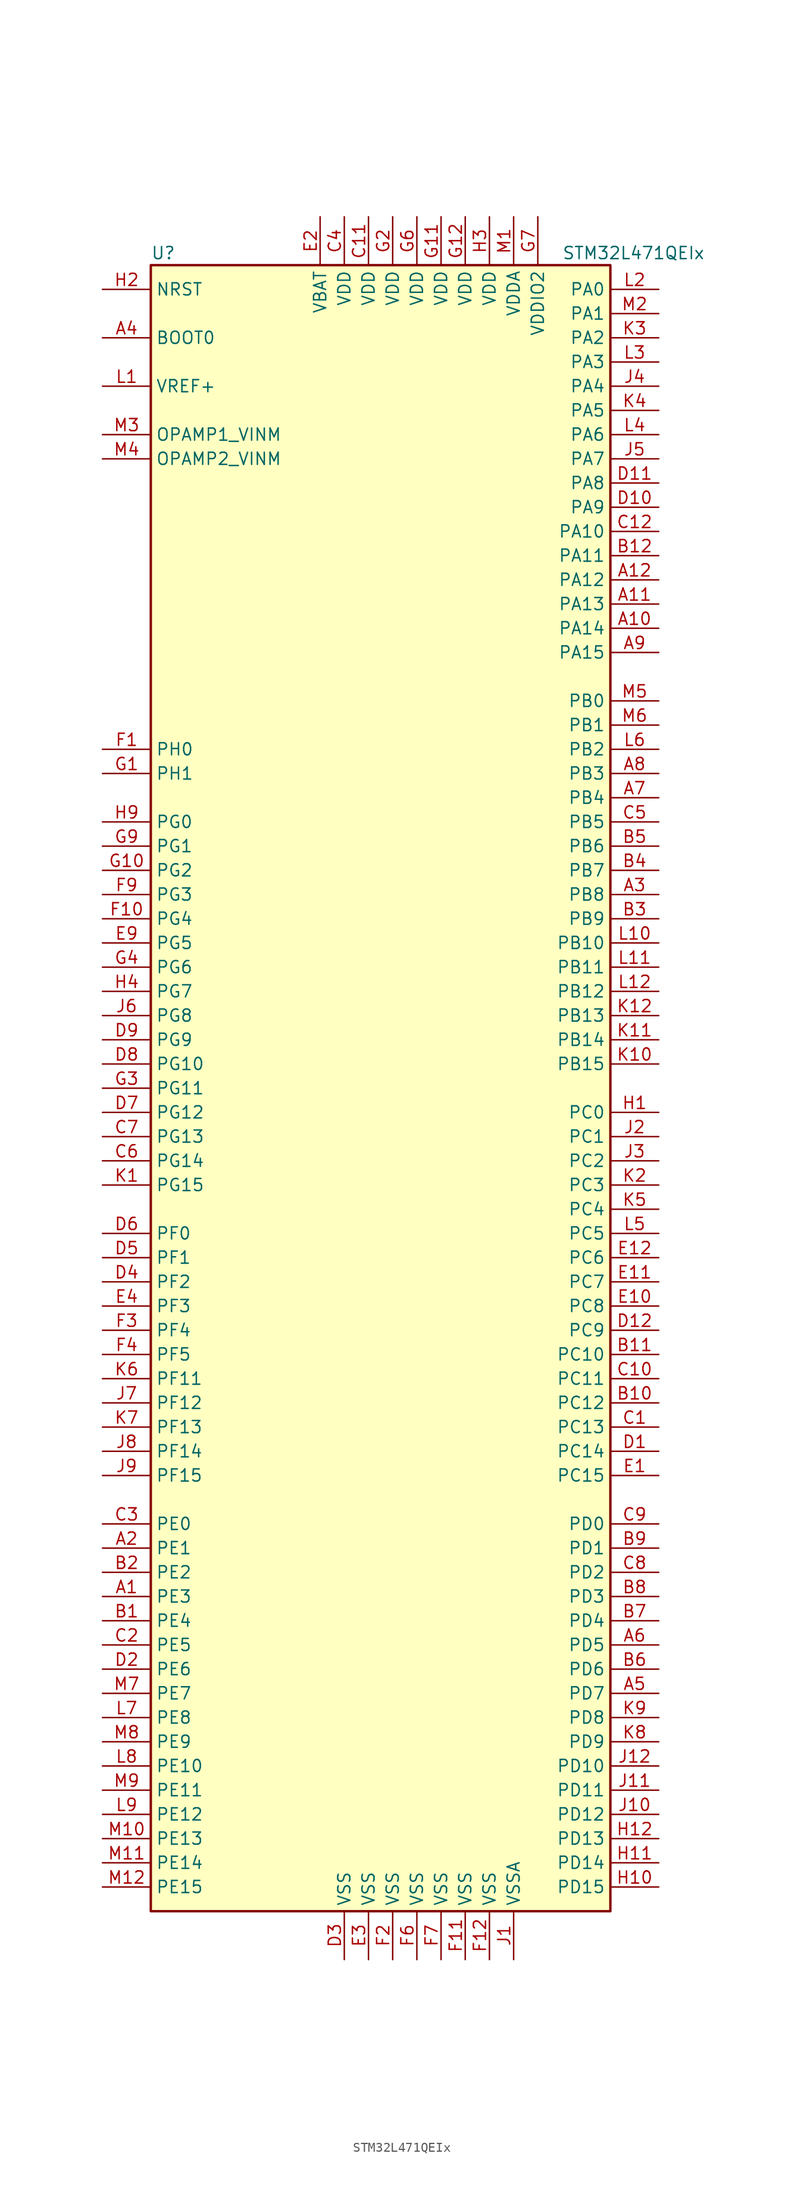
<source format=kicad_sym>
(kicad_symbol_lib
  (version 20201005)
  (generator kicad_symbol_editor)
  (symbol "STM32L471QEIx"
    (property "Reference" "U"
      (at -25.4 87.63 0)
      (effects (font (size 1.27 1.27)) (justify left)))
    (property "Value" "STM32L471QEIx"
      (at 17.78 87.63 0)
      (effects (font (size 1.27 1.27)) (justify left)))
    (symbol "STM32L471QEIx_0_1"
      (rectangle (start -25.4 -86.36) (end 22.86 86.36) (stroke (width 0.254)) (fill (type background))))
    (symbol "STM32L471QEIx_1_1"
      (pin bidirectional line (at -30.48 -53.34 0) (length 5.08) (name "PE3" (effects (font (size 1.27 1.27)))) (number "A1" (effects (font (size 1.27 1.27)))))
      (pin bidirectional line (at 27.94 48.26 180) (length 5.08) (name "PA14" (effects (font (size 1.27 1.27)))) (number "A10" (effects (font (size 1.27 1.27)))))
      (pin bidirectional line (at 27.94 50.8 180) (length 5.08) (name "PA13" (effects (font (size 1.27 1.27)))) (number "A11" (effects (font (size 1.27 1.27)))))
      (pin bidirectional line (at 27.94 53.34 180) (length 5.08) (name "PA12" (effects (font (size 1.27 1.27)))) (number "A12" (effects (font (size 1.27 1.27)))))
      (pin bidirectional line (at -30.48 -48.26 0) (length 5.08) (name "PE1" (effects (font (size 1.27 1.27)))) (number "A2" (effects (font (size 1.27 1.27)))))
      (pin bidirectional line (at 27.94 20.32 180) (length 5.08) (name "PB8" (effects (font (size 1.27 1.27)))) (number "A3" (effects (font (size 1.27 1.27)))))
      (pin input line (at -30.48 78.74 0) (length 5.08) (name "BOOT0" (effects (font (size 1.27 1.27)))) (number "A4" (effects (font (size 1.27 1.27)))))
      (pin bidirectional line (at 27.94 -63.5 180) (length 5.08) (name "PD7" (effects (font (size 1.27 1.27)))) (number "A5" (effects (font (size 1.27 1.27)))))
      (pin bidirectional line (at 27.94 -58.42 180) (length 5.08) (name "PD5" (effects (font (size 1.27 1.27)))) (number "A6" (effects (font (size 1.27 1.27)))))
      (pin bidirectional line (at 27.94 30.48 180) (length 5.08) (name "PB4" (effects (font (size 1.27 1.27)))) (number "A7" (effects (font (size 1.27 1.27)))))
      (pin bidirectional line (at 27.94 33.02 180) (length 5.08) (name "PB3" (effects (font (size 1.27 1.27)))) (number "A8" (effects (font (size 1.27 1.27)))))
      (pin bidirectional line (at 27.94 45.72 180) (length 5.08) (name "PA15" (effects (font (size 1.27 1.27)))) (number "A9" (effects (font (size 1.27 1.27)))))
      (pin bidirectional line (at -30.48 -55.88 0) (length 5.08) (name "PE4" (effects (font (size 1.27 1.27)))) (number "B1" (effects (font (size 1.27 1.27)))))
      (pin bidirectional line (at 27.94 -33.02 180) (length 5.08) (name "PC12" (effects (font (size 1.27 1.27)))) (number "B10" (effects (font (size 1.27 1.27)))))
      (pin bidirectional line (at 27.94 -27.94 180) (length 5.08) (name "PC10" (effects (font (size 1.27 1.27)))) (number "B11" (effects (font (size 1.27 1.27)))))
      (pin bidirectional line (at 27.94 55.88 180) (length 5.08) (name "PA11" (effects (font (size 1.27 1.27)))) (number "B12" (effects (font (size 1.27 1.27)))))
      (pin bidirectional line (at -30.48 -50.8 0) (length 5.08) (name "PE2" (effects (font (size 1.27 1.27)))) (number "B2" (effects (font (size 1.27 1.27)))))
      (pin bidirectional line (at 27.94 17.78 180) (length 5.08) (name "PB9" (effects (font (size 1.27 1.27)))) (number "B3" (effects (font (size 1.27 1.27)))))
      (pin bidirectional line (at 27.94 22.86 180) (length 5.08) (name "PB7" (effects (font (size 1.27 1.27)))) (number "B4" (effects (font (size 1.27 1.27)))))
      (pin bidirectional line (at 27.94 25.4 180) (length 5.08) (name "PB6" (effects (font (size 1.27 1.27)))) (number "B5" (effects (font (size 1.27 1.27)))))
      (pin bidirectional line (at 27.94 -60.96 180) (length 5.08) (name "PD6" (effects (font (size 1.27 1.27)))) (number "B6" (effects (font (size 1.27 1.27)))))
      (pin bidirectional line (at 27.94 -55.88 180) (length 5.08) (name "PD4" (effects (font (size 1.27 1.27)))) (number "B7" (effects (font (size 1.27 1.27)))))
      (pin bidirectional line (at 27.94 -53.34 180) (length 5.08) (name "PD3" (effects (font (size 1.27 1.27)))) (number "B8" (effects (font (size 1.27 1.27)))))
      (pin bidirectional line (at 27.94 -48.26 180) (length 5.08) (name "PD1" (effects (font (size 1.27 1.27)))) (number "B9" (effects (font (size 1.27 1.27)))))
      (pin bidirectional line (at 27.94 -35.56 180) (length 5.08) (name "PC13" (effects (font (size 1.27 1.27)))) (number "C1" (effects (font (size 1.27 1.27)))))
      (pin bidirectional line (at 27.94 -30.48 180) (length 5.08) (name "PC11" (effects (font (size 1.27 1.27)))) (number "C10" (effects (font (size 1.27 1.27)))))
      (pin power_in line (at -2.54 91.44 270) (length 5.08) (name "VDD" (effects (font (size 1.27 1.27)))) (number "C11" (effects (font (size 1.27 1.27)))))
      (pin bidirectional line (at 27.94 58.42 180) (length 5.08) (name "PA10" (effects (font (size 1.27 1.27)))) (number "C12" (effects (font (size 1.27 1.27)))))
      (pin bidirectional line (at -30.48 -58.42 0) (length 5.08) (name "PE5" (effects (font (size 1.27 1.27)))) (number "C2" (effects (font (size 1.27 1.27)))))
      (pin bidirectional line (at -30.48 -45.72 0) (length 5.08) (name "PE0" (effects (font (size 1.27 1.27)))) (number "C3" (effects (font (size 1.27 1.27)))))
      (pin power_in line (at -5.08 91.44 270) (length 5.08) (name "VDD" (effects (font (size 1.27 1.27)))) (number "C4" (effects (font (size 1.27 1.27)))))
      (pin bidirectional line (at 27.94 27.94 180) (length 5.08) (name "PB5" (effects (font (size 1.27 1.27)))) (number "C5" (effects (font (size 1.27 1.27)))))
      (pin bidirectional line (at -30.48 -7.62 0) (length 5.08) (name "PG14" (effects (font (size 1.27 1.27)))) (number "C6" (effects (font (size 1.27 1.27)))))
      (pin bidirectional line (at -30.48 -5.08 0) (length 5.08) (name "PG13" (effects (font (size 1.27 1.27)))) (number "C7" (effects (font (size 1.27 1.27)))))
      (pin bidirectional line (at 27.94 -50.8 180) (length 5.08) (name "PD2" (effects (font (size 1.27 1.27)))) (number "C8" (effects (font (size 1.27 1.27)))))
      (pin bidirectional line (at 27.94 -45.72 180) (length 5.08) (name "PD0" (effects (font (size 1.27 1.27)))) (number "C9" (effects (font (size 1.27 1.27)))))
      (pin bidirectional line (at 27.94 -38.1 180) (length 5.08) (name "PC14" (effects (font (size 1.27 1.27)))) (number "D1" (effects (font (size 1.27 1.27)))))
      (pin bidirectional line (at 27.94 60.96 180) (length 5.08) (name "PA9" (effects (font (size 1.27 1.27)))) (number "D10" (effects (font (size 1.27 1.27)))))
      (pin bidirectional line (at 27.94 63.5 180) (length 5.08) (name "PA8" (effects (font (size 1.27 1.27)))) (number "D11" (effects (font (size 1.27 1.27)))))
      (pin bidirectional line (at 27.94 -25.4 180) (length 5.08) (name "PC9" (effects (font (size 1.27 1.27)))) (number "D12" (effects (font (size 1.27 1.27)))))
      (pin bidirectional line (at -30.48 -60.96 0) (length 5.08) (name "PE6" (effects (font (size 1.27 1.27)))) (number "D2" (effects (font (size 1.27 1.27)))))
      (pin power_in line (at -5.08 -91.44 90) (length 5.08) (name "VSS" (effects (font (size 1.27 1.27)))) (number "D3" (effects (font (size 1.27 1.27)))))
      (pin bidirectional line (at -30.48 -20.32 0) (length 5.08) (name "PF2" (effects (font (size 1.27 1.27)))) (number "D4" (effects (font (size 1.27 1.27)))))
      (pin bidirectional line (at -30.48 -17.78 0) (length 5.08) (name "PF1" (effects (font (size 1.27 1.27)))) (number "D5" (effects (font (size 1.27 1.27)))))
      (pin bidirectional line (at -30.48 -15.24 0) (length 5.08) (name "PF0" (effects (font (size 1.27 1.27)))) (number "D6" (effects (font (size 1.27 1.27)))))
      (pin bidirectional line (at -30.48 -2.54 0) (length 5.08) (name "PG12" (effects (font (size 1.27 1.27)))) (number "D7" (effects (font (size 1.27 1.27)))))
      (pin bidirectional line (at -30.48 2.54 0) (length 5.08) (name "PG10" (effects (font (size 1.27 1.27)))) (number "D8" (effects (font (size 1.27 1.27)))))
      (pin bidirectional line (at -30.48 5.08 0) (length 5.08) (name "PG9" (effects (font (size 1.27 1.27)))) (number "D9" (effects (font (size 1.27 1.27)))))
      (pin bidirectional line (at 27.94 -40.64 180) (length 5.08) (name "PC15" (effects (font (size 1.27 1.27)))) (number "E1" (effects (font (size 1.27 1.27)))))
      (pin bidirectional line (at 27.94 -22.86 180) (length 5.08) (name "PC8" (effects (font (size 1.27 1.27)))) (number "E10" (effects (font (size 1.27 1.27)))))
      (pin bidirectional line (at 27.94 -20.32 180) (length 5.08) (name "PC7" (effects (font (size 1.27 1.27)))) (number "E11" (effects (font (size 1.27 1.27)))))
      (pin bidirectional line (at 27.94 -17.78 180) (length 5.08) (name "PC6" (effects (font (size 1.27 1.27)))) (number "E12" (effects (font (size 1.27 1.27)))))
      (pin power_in line (at -7.62 91.44 270) (length 5.08) (name "VBAT" (effects (font (size 1.27 1.27)))) (number "E2" (effects (font (size 1.27 1.27)))))
      (pin power_in line (at -2.54 -91.44 90) (length 5.08) (name "VSS" (effects (font (size 1.27 1.27)))) (number "E3" (effects (font (size 1.27 1.27)))))
      (pin bidirectional line (at -30.48 -22.86 0) (length 5.08) (name "PF3" (effects (font (size 1.27 1.27)))) (number "E4" (effects (font (size 1.27 1.27)))))
      (pin bidirectional line (at -30.48 15.24 0) (length 5.08) (name "PG5" (effects (font (size 1.27 1.27)))) (number "E9" (effects (font (size 1.27 1.27)))))
      (pin input line (at -30.48 35.56 0) (length 5.08) (name "PH0" (effects (font (size 1.27 1.27)))) (number "F1" (effects (font (size 1.27 1.27)))))
      (pin bidirectional line (at -30.48 17.78 0) (length 5.08) (name "PG4" (effects (font (size 1.27 1.27)))) (number "F10" (effects (font (size 1.27 1.27)))))
      (pin power_in line (at 7.62 -91.44 90) (length 5.08) (name "VSS" (effects (font (size 1.27 1.27)))) (number "F11" (effects (font (size 1.27 1.27)))))
      (pin power_in line (at 10.16 -91.44 90) (length 5.08) (name "VSS" (effects (font (size 1.27 1.27)))) (number "F12" (effects (font (size 1.27 1.27)))))
      (pin power_in line (at 0 -91.44 90) (length 5.08) (name "VSS" (effects (font (size 1.27 1.27)))) (number "F2" (effects (font (size 1.27 1.27)))))
      (pin bidirectional line (at -30.48 -25.4 0) (length 5.08) (name "PF4" (effects (font (size 1.27 1.27)))) (number "F3" (effects (font (size 1.27 1.27)))))
      (pin bidirectional line (at -30.48 -27.94 0) (length 5.08) (name "PF5" (effects (font (size 1.27 1.27)))) (number "F4" (effects (font (size 1.27 1.27)))))
      (pin power_in line (at 2.54 -91.44 90) (length 5.08) (name "VSS" (effects (font (size 1.27 1.27)))) (number "F6" (effects (font (size 1.27 1.27)))))
      (pin power_in line (at 5.08 -91.44 90) (length 5.08) (name "VSS" (effects (font (size 1.27 1.27)))) (number "F7" (effects (font (size 1.27 1.27)))))
      (pin bidirectional line (at -30.48 20.32 0) (length 5.08) (name "PG3" (effects (font (size 1.27 1.27)))) (number "F9" (effects (font (size 1.27 1.27)))))
      (pin input line (at -30.48 33.02 0) (length 5.08) (name "PH1" (effects (font (size 1.27 1.27)))) (number "G1" (effects (font (size 1.27 1.27)))))
      (pin bidirectional line (at -30.48 22.86 0) (length 5.08) (name "PG2" (effects (font (size 1.27 1.27)))) (number "G10" (effects (font (size 1.27 1.27)))))
      (pin power_in line (at 5.08 91.44 270) (length 5.08) (name "VDD" (effects (font (size 1.27 1.27)))) (number "G11" (effects (font (size 1.27 1.27)))))
      (pin power_in line (at 7.62 91.44 270) (length 5.08) (name "VDD" (effects (font (size 1.27 1.27)))) (number "G12" (effects (font (size 1.27 1.27)))))
      (pin power_in line (at 0 91.44 270) (length 5.08) (name "VDD" (effects (font (size 1.27 1.27)))) (number "G2" (effects (font (size 1.27 1.27)))))
      (pin bidirectional line (at -30.48 0 0) (length 5.08) (name "PG11" (effects (font (size 1.27 1.27)))) (number "G3" (effects (font (size 1.27 1.27)))))
      (pin bidirectional line (at -30.48 12.7 0) (length 5.08) (name "PG6" (effects (font (size 1.27 1.27)))) (number "G4" (effects (font (size 1.27 1.27)))))
      (pin power_in line (at 2.54 91.44 270) (length 5.08) (name "VDD" (effects (font (size 1.27 1.27)))) (number "G6" (effects (font (size 1.27 1.27)))))
      (pin power_in line (at 15.24 91.44 270) (length 5.08) (name "VDDIO2" (effects (font (size 1.27 1.27)))) (number "G7" (effects (font (size 1.27 1.27)))))
      (pin bidirectional line (at -30.48 25.4 0) (length 5.08) (name "PG1" (effects (font (size 1.27 1.27)))) (number "G9" (effects (font (size 1.27 1.27)))))
      (pin bidirectional line (at 27.94 -2.54 180) (length 5.08) (name "PC0" (effects (font (size 1.27 1.27)))) (number "H1" (effects (font (size 1.27 1.27)))))
      (pin bidirectional line (at 27.94 -83.82 180) (length 5.08) (name "PD15" (effects (font (size 1.27 1.27)))) (number "H10" (effects (font (size 1.27 1.27)))))
      (pin bidirectional line (at 27.94 -81.28 180) (length 5.08) (name "PD14" (effects (font (size 1.27 1.27)))) (number "H11" (effects (font (size 1.27 1.27)))))
      (pin bidirectional line (at 27.94 -78.74 180) (length 5.08) (name "PD13" (effects (font (size 1.27 1.27)))) (number "H12" (effects (font (size 1.27 1.27)))))
      (pin input line (at -30.48 83.82 0) (length 5.08) (name "NRST" (effects (font (size 1.27 1.27)))) (number "H2" (effects (font (size 1.27 1.27)))))
      (pin power_in line (at 10.16 91.44 270) (length 5.08) (name "VDD" (effects (font (size 1.27 1.27)))) (number "H3" (effects (font (size 1.27 1.27)))))
      (pin bidirectional line (at -30.48 10.16 0) (length 5.08) (name "PG7" (effects (font (size 1.27 1.27)))) (number "H4" (effects (font (size 1.27 1.27)))))
      (pin bidirectional line (at -30.48 27.94 0) (length 5.08) (name "PG0" (effects (font (size 1.27 1.27)))) (number "H9" (effects (font (size 1.27 1.27)))))
      (pin power_in line (at 12.7 -91.44 90) (length 5.08) (name "VSSA" (effects (font (size 1.27 1.27)))) (number "J1" (effects (font (size 1.27 1.27)))))
      (pin bidirectional line (at 27.94 -76.2 180) (length 5.08) (name "PD12" (effects (font (size 1.27 1.27)))) (number "J10" (effects (font (size 1.27 1.27)))))
      (pin bidirectional line (at 27.94 -73.66 180) (length 5.08) (name "PD11" (effects (font (size 1.27 1.27)))) (number "J11" (effects (font (size 1.27 1.27)))))
      (pin bidirectional line (at 27.94 -71.12 180) (length 5.08) (name "PD10" (effects (font (size 1.27 1.27)))) (number "J12" (effects (font (size 1.27 1.27)))))
      (pin bidirectional line (at 27.94 -5.08 180) (length 5.08) (name "PC1" (effects (font (size 1.27 1.27)))) (number "J2" (effects (font (size 1.27 1.27)))))
      (pin bidirectional line (at 27.94 -7.62 180) (length 5.08) (name "PC2" (effects (font (size 1.27 1.27)))) (number "J3" (effects (font (size 1.27 1.27)))))
      (pin bidirectional line (at 27.94 73.66 180) (length 5.08) (name "PA4" (effects (font (size 1.27 1.27)))) (number "J4" (effects (font (size 1.27 1.27)))))
      (pin bidirectional line (at 27.94 66.04 180) (length 5.08) (name "PA7" (effects (font (size 1.27 1.27)))) (number "J5" (effects (font (size 1.27 1.27)))))
      (pin bidirectional line (at -30.48 7.62 0) (length 5.08) (name "PG8" (effects (font (size 1.27 1.27)))) (number "J6" (effects (font (size 1.27 1.27)))))
      (pin bidirectional line (at -30.48 -33.02 0) (length 5.08) (name "PF12" (effects (font (size 1.27 1.27)))) (number "J7" (effects (font (size 1.27 1.27)))))
      (pin bidirectional line (at -30.48 -38.1 0) (length 5.08) (name "PF14" (effects (font (size 1.27 1.27)))) (number "J8" (effects (font (size 1.27 1.27)))))
      (pin bidirectional line (at -30.48 -40.64 0) (length 5.08) (name "PF15" (effects (font (size 1.27 1.27)))) (number "J9" (effects (font (size 1.27 1.27)))))
      (pin bidirectional line (at -30.48 -10.16 0) (length 5.08) (name "PG15" (effects (font (size 1.27 1.27)))) (number "K1" (effects (font (size 1.27 1.27)))))
      (pin bidirectional line (at 27.94 2.54 180) (length 5.08) (name "PB15" (effects (font (size 1.27 1.27)))) (number "K10" (effects (font (size 1.27 1.27)))))
      (pin bidirectional line (at 27.94 5.08 180) (length 5.08) (name "PB14" (effects (font (size 1.27 1.27)))) (number "K11" (effects (font (size 1.27 1.27)))))
      (pin bidirectional line (at 27.94 7.62 180) (length 5.08) (name "PB13" (effects (font (size 1.27 1.27)))) (number "K12" (effects (font (size 1.27 1.27)))))
      (pin bidirectional line (at 27.94 -10.16 180) (length 5.08) (name "PC3" (effects (font (size 1.27 1.27)))) (number "K2" (effects (font (size 1.27 1.27)))))
      (pin bidirectional line (at 27.94 78.74 180) (length 5.08) (name "PA2" (effects (font (size 1.27 1.27)))) (number "K3" (effects (font (size 1.27 1.27)))))
      (pin bidirectional line (at 27.94 71.12 180) (length 5.08) (name "PA5" (effects (font (size 1.27 1.27)))) (number "K4" (effects (font (size 1.27 1.27)))))
      (pin bidirectional line (at 27.94 -12.7 180) (length 5.08) (name "PC4" (effects (font (size 1.27 1.27)))) (number "K5" (effects (font (size 1.27 1.27)))))
      (pin bidirectional line (at -30.48 -30.48 0) (length 5.08) (name "PF11" (effects (font (size 1.27 1.27)))) (number "K6" (effects (font (size 1.27 1.27)))))
      (pin bidirectional line (at -30.48 -35.56 0) (length 5.08) (name "PF13" (effects (font (size 1.27 1.27)))) (number "K7" (effects (font (size 1.27 1.27)))))
      (pin bidirectional line (at 27.94 -68.58 180) (length 5.08) (name "PD9" (effects (font (size 1.27 1.27)))) (number "K8" (effects (font (size 1.27 1.27)))))
      (pin bidirectional line (at 27.94 -66.04 180) (length 5.08) (name "PD8" (effects (font (size 1.27 1.27)))) (number "K9" (effects (font (size 1.27 1.27)))))
      (pin bidirectional line (at -30.48 73.66 0) (length 5.08) (name "VREF+" (effects (font (size 1.27 1.27)))) (number "L1" (effects (font (size 1.27 1.27)))))
      (pin bidirectional line (at 27.94 15.24 180) (length 5.08) (name "PB10" (effects (font (size 1.27 1.27)))) (number "L10" (effects (font (size 1.27 1.27)))))
      (pin bidirectional line (at 27.94 12.7 180) (length 5.08) (name "PB11" (effects (font (size 1.27 1.27)))) (number "L11" (effects (font (size 1.27 1.27)))))
      (pin bidirectional line (at 27.94 10.16 180) (length 5.08) (name "PB12" (effects (font (size 1.27 1.27)))) (number "L12" (effects (font (size 1.27 1.27)))))
      (pin bidirectional line (at 27.94 83.82 180) (length 5.08) (name "PA0" (effects (font (size 1.27 1.27)))) (number "L2" (effects (font (size 1.27 1.27)))))
      (pin bidirectional line (at 27.94 76.2 180) (length 5.08) (name "PA3" (effects (font (size 1.27 1.27)))) (number "L3" (effects (font (size 1.27 1.27)))))
      (pin bidirectional line (at 27.94 68.58 180) (length 5.08) (name "PA6" (effects (font (size 1.27 1.27)))) (number "L4" (effects (font (size 1.27 1.27)))))
      (pin bidirectional line (at 27.94 -15.24 180) (length 5.08) (name "PC5" (effects (font (size 1.27 1.27)))) (number "L5" (effects (font (size 1.27 1.27)))))
      (pin bidirectional line (at 27.94 35.56 180) (length 5.08) (name "PB2" (effects (font (size 1.27 1.27)))) (number "L6" (effects (font (size 1.27 1.27)))))
      (pin bidirectional line (at -30.48 -66.04 0) (length 5.08) (name "PE8" (effects (font (size 1.27 1.27)))) (number "L7" (effects (font (size 1.27 1.27)))))
      (pin bidirectional line (at -30.48 -71.12 0) (length 5.08) (name "PE10" (effects (font (size 1.27 1.27)))) (number "L8" (effects (font (size 1.27 1.27)))))
      (pin bidirectional line (at -30.48 -76.2 0) (length 5.08) (name "PE12" (effects (font (size 1.27 1.27)))) (number "L9" (effects (font (size 1.27 1.27)))))
      (pin power_in line (at 12.7 91.44 270) (length 5.08) (name "VDDA" (effects (font (size 1.27 1.27)))) (number "M1" (effects (font (size 1.27 1.27)))))
      (pin bidirectional line (at -30.48 -78.74 0) (length 5.08) (name "PE13" (effects (font (size 1.27 1.27)))) (number "M10" (effects (font (size 1.27 1.27)))))
      (pin bidirectional line (at -30.48 -81.28 0) (length 5.08) (name "PE14" (effects (font (size 1.27 1.27)))) (number "M11" (effects (font (size 1.27 1.27)))))
      (pin bidirectional line (at -30.48 -83.82 0) (length 5.08) (name "PE15" (effects (font (size 1.27 1.27)))) (number "M12" (effects (font (size 1.27 1.27)))))
      (pin bidirectional line (at 27.94 81.28 180) (length 5.08) (name "PA1" (effects (font (size 1.27 1.27)))) (number "M2" (effects (font (size 1.27 1.27)))))
      (pin bidirectional line (at -30.48 68.58 0) (length 5.08) (name "OPAMP1_VINM" (effects (font (size 1.27 1.27)))) (number "M3" (effects (font (size 1.27 1.27)))))
      (pin bidirectional line (at -30.48 66.04 0) (length 5.08) (name "OPAMP2_VINM" (effects (font (size 1.27 1.27)))) (number "M4" (effects (font (size 1.27 1.27)))))
      (pin bidirectional line (at 27.94 40.64 180) (length 5.08) (name "PB0" (effects (font (size 1.27 1.27)))) (number "M5" (effects (font (size 1.27 1.27)))))
      (pin bidirectional line (at 27.94 38.1 180) (length 5.08) (name "PB1" (effects (font (size 1.27 1.27)))) (number "M6" (effects (font (size 1.27 1.27)))))
      (pin bidirectional line (at -30.48 -63.5 0) (length 5.08) (name "PE7" (effects (font (size 1.27 1.27)))) (number "M7" (effects (font (size 1.27 1.27)))))
      (pin bidirectional line (at -30.48 -68.58 0) (length 5.08) (name "PE9" (effects (font (size 1.27 1.27)))) (number "M8" (effects (font (size 1.27 1.27)))))
      (pin bidirectional line (at -30.48 -73.66 0) (length 5.08) (name "PE11" (effects (font (size 1.27 1.27)))) (number "M9" (effects (font (size 1.27 1.27))))))))
</source>
